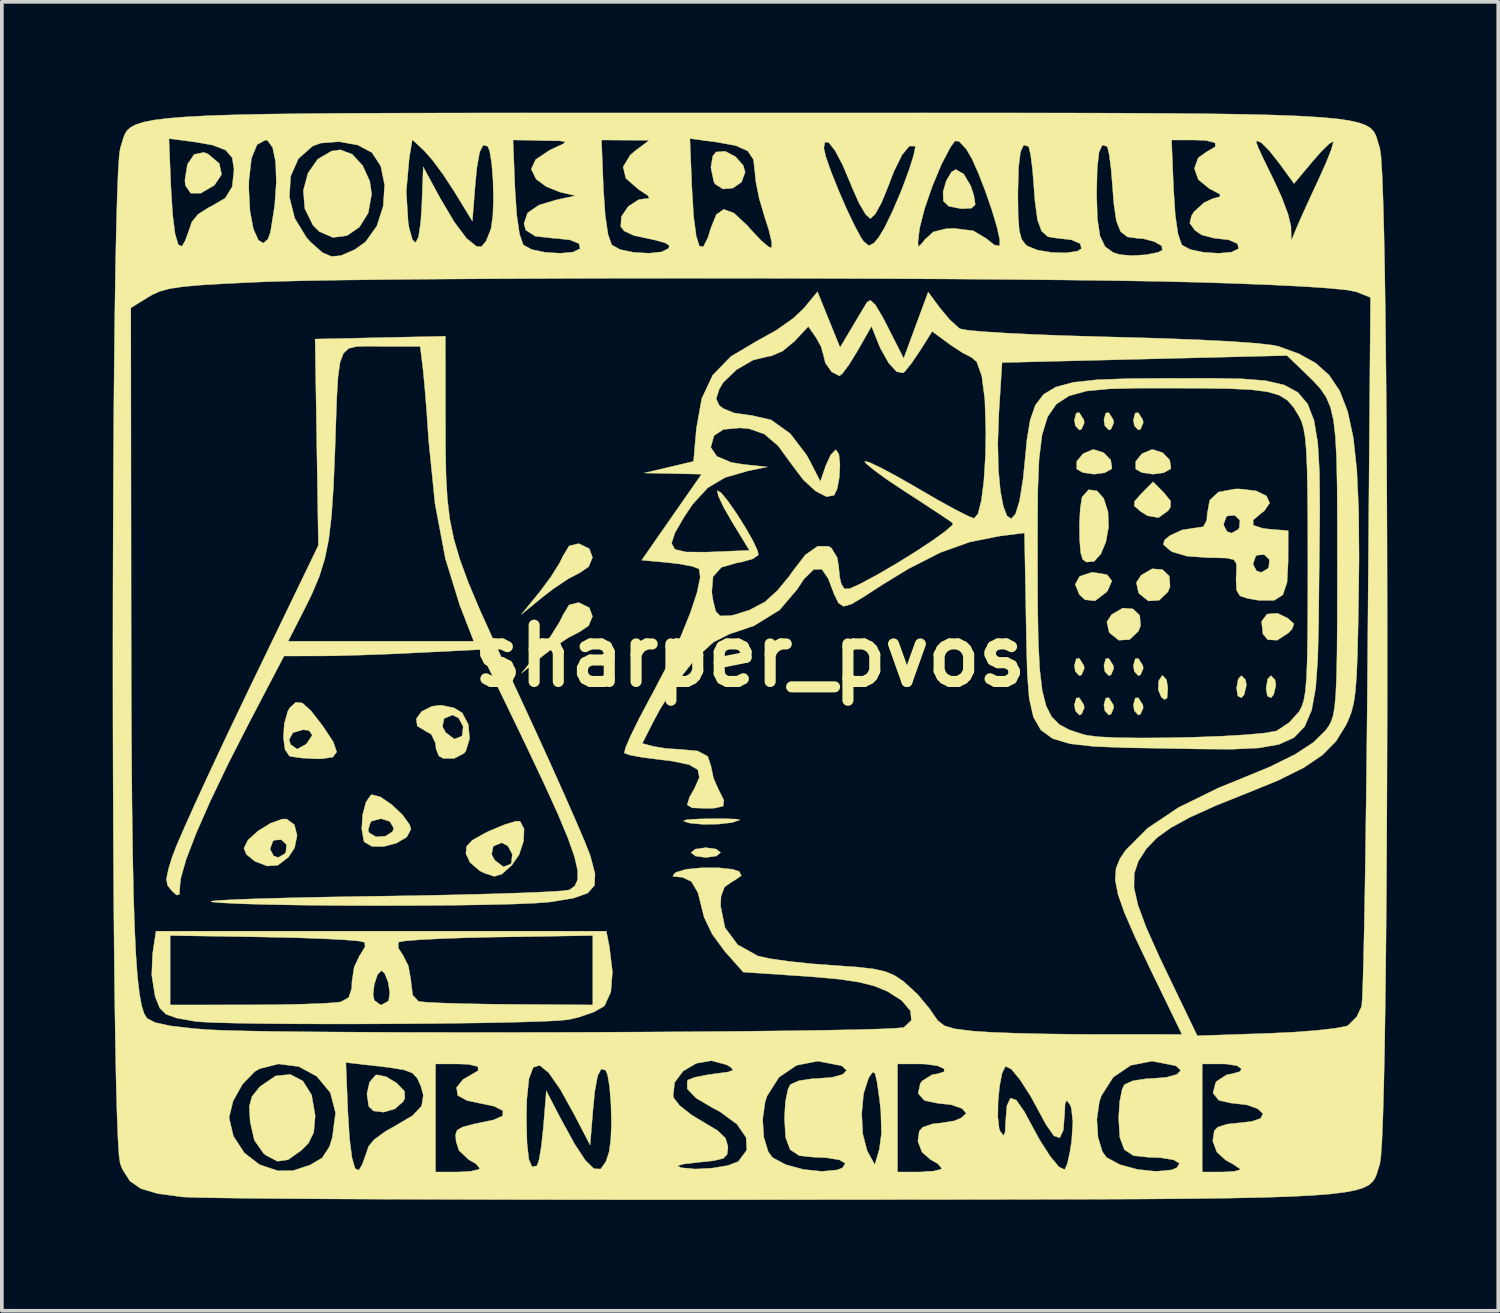
<source format=kicad_pcb>
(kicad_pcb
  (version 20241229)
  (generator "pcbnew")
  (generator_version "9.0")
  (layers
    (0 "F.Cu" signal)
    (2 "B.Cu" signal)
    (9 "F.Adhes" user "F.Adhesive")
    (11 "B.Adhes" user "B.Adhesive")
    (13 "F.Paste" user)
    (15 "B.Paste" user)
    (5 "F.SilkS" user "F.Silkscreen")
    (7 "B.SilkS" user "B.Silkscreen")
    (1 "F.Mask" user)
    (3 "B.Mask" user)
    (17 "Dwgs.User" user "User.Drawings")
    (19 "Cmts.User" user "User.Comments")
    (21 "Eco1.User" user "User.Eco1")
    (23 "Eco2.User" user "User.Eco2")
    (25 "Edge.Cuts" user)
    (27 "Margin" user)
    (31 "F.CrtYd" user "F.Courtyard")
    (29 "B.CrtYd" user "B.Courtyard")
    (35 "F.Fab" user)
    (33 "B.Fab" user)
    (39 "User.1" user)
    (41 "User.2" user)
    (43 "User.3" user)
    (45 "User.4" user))
  (footprint "sharper_pvos"
    (layer "F.Cu")
    (at 17.246 14.701)
    (property "Reference" "sharper_pvos" (at 0 0 0) (layer "F.SilkS") (effects (font (size 1.524 1.524) (thickness 0.3))))
    (attr through_hole)
    (fp_poly (pts (xy 9.032 -6.39) (xy 9.043 -6.309) (xy 8.969 -6.137) (xy 8.91 -6.117) (xy 8.803 -6.229) (xy 8.777 -6.391) (xy 8.828 -6.575) (xy 8.91 -6.583) (xy 9.032 -6.39)) (stroke (width 0.01) (type solid)) (fill yes) (layer "F.SilkS"))
    (fp_poly (pts (xy 9.032 0.259) (xy 9.043 0.34) (xy 8.969 0.512) (xy 8.91 0.532) (xy 8.803 0.42) (xy 8.777 0.258) (xy 8.828 0.074) (xy 8.91 0.066) (xy 9.032 0.259)) (stroke (width 0.01) (type solid)) (fill yes) (layer "F.SilkS"))
    (fp_poly (pts (xy 9.032 1.323) (xy 9.043 1.404) (xy 8.969 1.576) (xy 8.91 1.596) (xy 8.803 1.484) (xy 8.777 1.322) (xy 8.828 1.138) (xy 8.91 1.13) (xy 9.032 1.323)) (stroke (width 0.01) (type solid)) (fill yes) (layer "F.SilkS"))
    (fp_poly (pts (xy 9.83 -6.39) (xy 9.841 -6.309) (xy 9.766 -6.137) (xy 9.708 -6.117) (xy 9.601 -6.229) (xy 9.575 -6.391) (xy 9.626 -6.575) (xy 9.708 -6.583) (xy 9.83 -6.39)) (stroke (width 0.01) (type solid)) (fill yes) (layer "F.SilkS"))
    (fp_poly (pts (xy 9.83 0.259) (xy 9.841 0.34) (xy 9.766 0.512) (xy 9.708 0.532) (xy 9.601 0.42) (xy 9.575 0.258) (xy 9.626 0.074) (xy 9.708 0.066) (xy 9.83 0.259)) (stroke (width 0.01) (type solid)) (fill yes) (layer "F.SilkS"))
    (fp_poly (pts (xy 9.83 1.323) (xy 9.841 1.404) (xy 9.766 1.576) (xy 9.708 1.596) (xy 9.601 1.484) (xy 9.575 1.322) (xy 9.626 1.138) (xy 9.708 1.13) (xy 9.83 1.323)) (stroke (width 0.01) (type solid)) (fill yes) (layer "F.SilkS"))
    (fp_poly (pts (xy 10.628 -6.39) (xy 10.639 -6.309) (xy 10.564 -6.137) (xy 10.506 -6.117) (xy 10.399 -6.229) (xy 10.373 -6.391) (xy 10.424 -6.575) (xy 10.506 -6.583) (xy 10.628 -6.39)) (stroke (width 0.01) (type solid)) (fill yes) (layer "F.SilkS"))
    (fp_poly (pts (xy 10.628 0.259) (xy 10.639 0.34) (xy 10.564 0.512) (xy 10.506 0.532) (xy 10.399 0.42) (xy 10.373 0.258) (xy 10.424 0.074) (xy 10.506 0.066) (xy 10.628 0.259)) (stroke (width 0.01) (type solid)) (fill yes) (layer "F.SilkS"))
    (fp_poly (pts (xy 10.628 1.323) (xy 10.639 1.404) (xy 10.564 1.576) (xy 10.506 1.596) (xy 10.399 1.484) (xy 10.373 1.322) (xy 10.424 1.138) (xy 10.506 1.13) (xy 10.628 1.323)) (stroke (width 0.01) (type solid)) (fill yes) (layer "F.SilkS"))
    (fp_poly (pts (xy 13.408 0.643) (xy 13.431 0.79) (xy 13.37 1.045) (xy 13.298 1.13) (xy 13.2 1.083) (xy 13.165 0.872) (xy 13.21 0.619) (xy 13.298 0.532) (xy 13.408 0.643)) (stroke (width 0.01) (type solid)) (fill yes) (layer "F.SilkS"))
    (fp_poly (pts (xy 14.205 0.643) (xy 14.229 0.79) (xy 14.168 1.045) (xy 14.096 1.13) (xy 13.998 1.083) (xy 13.963 0.872) (xy 14.008 0.619) (xy 14.096 0.532) (xy 14.205 0.643)) (stroke (width 0.01) (type solid)) (fill yes) (layer "F.SilkS"))
    (fp_poly (pts (xy 11.271 0.646) (xy 11.304 0.864) (xy 11.286 1.135) (xy 11.213 1.18) (xy 11.126 1.108) (xy 11.046 0.913) (xy 11.055 0.678) (xy 11.145 0.537) (xy 11.171 0.532) (xy 11.271 0.646)) (stroke (width 0.01) (type solid)) (fill yes) (layer "F.SilkS"))
    (fp_poly (pts (xy 14.551 -1.022) (xy 14.714 -0.871) (xy 14.669 -0.731) (xy 14.567 -0.623) (xy 14.267 -0.428) (xy 14.009 -0.44) (xy 13.878 -0.598) (xy 13.841 -0.935) (xy 13.991 -1.134) (xy 14.269 -1.158) (xy 14.551 -1.022)) (stroke (width 0.01) (type solid)) (fill yes) (layer "F.SilkS"))
    (fp_poly (pts (xy 9.66 -2.201) (xy 9.791 -2.032) (xy 9.678 -1.772) (xy 9.634 -1.72) (xy 9.332 -1.492) (xy 9.062 -1.523) (xy 8.911 -1.661) (xy 8.799 -1.937) (xy 8.918 -2.155) (xy 9.231 -2.259) (xy 9.297 -2.261) (xy 9.66 -2.201)) (stroke (width 0.01) (type solid)) (fill yes) (layer "F.SilkS"))
    (fp_poly (pts (xy 10.36 -1.275) (xy 10.545 -1.101) (xy 10.567 -0.817) (xy 10.51 -0.673) (xy 10.272 -0.445) (xy 9.979 -0.427) (xy 9.733 -0.621) (xy 9.713 -0.656) (xy 9.655 -0.924) (xy 9.784 -1.121) (xy 10.083 -1.296) (xy 10.36 -1.275)) (stroke (width 0.01) (type solid)) (fill yes) (layer "F.SilkS"))
    (fp_poly (pts (xy 11.158 -2.339) (xy 11.343 -2.165) (xy 11.365 -1.881) (xy 11.308 -1.737) (xy 11.07 -1.508) (xy 10.777 -1.49) (xy 10.531 -1.685) (xy 10.511 -1.72) (xy 10.453 -1.987) (xy 10.582 -2.185) (xy 10.881 -2.36) (xy 11.158 -2.339)) (stroke (width 0.01) (type solid)) (fill yes) (layer "F.SilkS"))
    (fp_poly (pts (xy -14.667 -13.585) (xy -14.362 -13.326) (xy -14.3 -13.031) (xy -14.49 -12.744) (xy -14.502 -12.734) (xy -14.865 -12.522) (xy -15.136 -12.523) (xy -15.279 -12.732) (xy -15.293 -12.874) (xy -15.224 -13.306) (xy -15.042 -13.571) (xy -14.782 -13.628) (xy -14.667 -13.585)) (stroke (width 0.01) (type solid)) (fill yes) (layer "F.SilkS"))
    (fp_poly (pts (xy -0.917 5.225) (xy -0.798 5.318) (xy -0.798 5.319) (xy -0.913 5.413) (xy -1.192 5.452) (xy -1.197 5.452) (xy -1.477 5.414) (xy -1.596 5.321) (xy -1.596 5.319) (xy -1.48 5.226) (xy -1.202 5.186) (xy -1.197 5.186) (xy -0.917 5.225)) (stroke (width 0.01) (type solid)) (fill yes) (layer "F.SilkS"))
    (fp_poly (pts (xy -0.394 -13.512) (xy -0.185 -13.275) (xy -0.133 -13.091) (xy -0.231 -12.823) (xy -0.463 -12.662) (xy -0.733 -12.636) (xy -0.947 -12.773) (xy -0.983 -12.844) (xy -1.06 -13.222) (xy -1.008 -13.531) (xy -0.918 -13.639) (xy -0.671 -13.657) (xy -0.394 -13.512)) (stroke (width 0.01) (type solid)) (fill yes) (layer "F.SilkS"))
    (fp_poly (pts (xy 5.781 -13.043) (xy 5.972 -12.719) (xy 6.055 -12.467) (xy 6.094 -12.214) (xy 5.99 -12.117) (xy 5.729 -12.102) (xy 5.381 -12.167) (xy 5.231 -12.31) (xy 5.223 -12.561) (xy 5.311 -12.862) (xy 5.453 -13.099) (xy 5.566 -13.165) (xy 5.781 -13.043)) (stroke (width 0.01) (type solid)) (fill yes) (layer "F.SilkS"))
    (fp_poly (pts (xy 9.571 -5.5) (xy 9.76 -5.303) (xy 9.793 -5.089) (xy 9.778 -5.059) (xy 9.595 -4.958) (xy 9.309 -4.92) (xy 9.003 -4.964) (xy 8.84 -5.059) (xy 8.84 -5.268) (xy 9.01 -5.473) (xy 9.266 -5.583) (xy 9.309 -5.585) (xy 9.571 -5.5)) (stroke (width 0.01) (type solid)) (fill yes) (layer "F.SilkS"))
    (fp_poly (pts (xy 11.167 -5.5) (xy 11.356 -5.303) (xy 11.388 -5.089) (xy 11.374 -5.059) (xy 11.191 -4.958) (xy 10.905 -4.92) (xy 10.599 -4.964) (xy 10.436 -5.059) (xy 10.436 -5.268) (xy 10.605 -5.473) (xy 10.861 -5.583) (xy 10.905 -5.585) (xy 11.167 -5.5)) (stroke (width 0.01) (type solid)) (fill yes) (layer "F.SilkS"))
    (fp_poly (pts (xy 11.193 -4.425) (xy 11.38 -4.196) (xy 11.375 -4.023) (xy 11.31 -3.93) (xy 11.053 -3.744) (xy 10.756 -3.794) (xy 10.564 -3.915) (xy 10.398 -4.059) (xy 10.404 -4.186) (xy 10.591 -4.396) (xy 10.605 -4.41) (xy 10.905 -4.714) (xy 11.193 -4.425)) (stroke (width 0.01) (type solid)) (fill yes) (layer "F.SilkS"))
    (fp_poly (pts (xy -9.849 11.383) (xy -9.563 11.556) (xy -9.351 11.776) (xy -9.341 11.967) (xy -9.389 12.06) (xy -9.612 12.255) (xy -9.915 12.344) (xy -10.189 12.311) (xy -10.318 12.187) (xy -10.367 11.849) (xy -10.296 11.531) (xy -10.133 11.344) (xy -10.095 11.333) (xy -9.849 11.383)) (stroke (width 0.01) (type solid)) (fill yes) (layer "F.SilkS"))
    (fp_poly (pts (xy -0.386 4.413) (xy -0.276 4.434) (xy -0.277 4.436) (xy -0.488 4.507) (xy -0.855 4.549) (xy -1.271 4.556) (xy -1.625 4.522) (xy -1.662 4.514) (xy -1.805 4.464) (xy -1.718 4.43) (xy -1.388 4.41) (xy -1.141 4.404) (xy -0.696 4.403) (xy -0.386 4.413)) (stroke (width 0.01) (type solid)) (fill yes) (layer "F.SilkS"))
    (fp_poly (pts (xy -4.621 -3.035) (xy -4.349 -2.902) (xy -4.264 -2.666) (xy -4.368 -2.415) (xy -4.608 -2.253) (xy -4.92 -2.089) (xy -5.321 -1.82) (xy -5.581 -1.621) (xy -6.184 -1.13) (xy -5.693 -1.733) (xy -5.393 -2.135) (xy -5.153 -2.518) (xy -5.061 -2.706) (xy -4.896 -2.979) (xy -4.653 -3.038) (xy -4.621 -3.035)) (stroke (width 0.01) (type solid)) (fill yes) (layer "F.SilkS"))
    (fp_poly (pts (xy -4.621 -1.439) (xy -4.349 -1.306) (xy -4.264 -1.071) (xy -4.368 -0.819) (xy -4.608 -0.657) (xy -4.92 -0.494) (xy -5.321 -0.225) (xy -5.581 -0.026) (xy -6.184 0.465) (xy -5.693 -0.137) (xy -5.393 -0.539) (xy -5.153 -0.922) (xy -5.061 -1.111) (xy -4.896 -1.383) (xy -4.653 -1.443) (xy -4.621 -1.439)) (stroke (width 0.01) (type solid)) (fill yes) (layer "F.SilkS"))
    (fp_poly (pts (xy -10.766 -13.577) (xy -10.482 -13.269) (xy -10.29 -12.849) (xy -10.24 -12.501) (xy -10.331 -11.99) (xy -10.571 -11.606) (xy -10.907 -11.375) (xy -11.287 -11.325) (xy -11.658 -11.485) (xy -11.826 -11.654) (xy -12.049 -12.107) (xy -12.087 -12.6) (xy -11.962 -13.067) (xy -11.698 -13.444) (xy -11.32 -13.665) (xy -11.087 -13.697) (xy -10.766 -13.577)) (stroke (width 0.01) (type solid)) (fill yes) (layer "F.SilkS"))
    (fp_poly (pts (xy 9.389 -4.468) (xy 9.57 -4.264) (xy 9.687 -3.897) (xy 9.7 -3.486) (xy 9.629 -3.089) (xy 9.493 -2.762) (xy 9.311 -2.56) (xy 9.104 -2.541) (xy 8.999 -2.615) (xy 8.946 -2.796) (xy 8.918 -3.147) (xy 8.913 -3.574) (xy 8.934 -3.982) (xy 8.979 -4.276) (xy 8.991 -4.311) (xy 9.162 -4.5) (xy 9.389 -4.468)) (stroke (width 0.01) (type solid)) (fill yes) (layer "F.SilkS"))
    (fp_poly (pts (xy -12.101 11.501) (xy -11.864 11.877) (xy -11.769 12.427) (xy -11.769 12.46) (xy -11.805 12.887) (xy -11.946 13.179) (xy -12.142 13.376) (xy -12.499 13.63) (xy -12.789 13.672) (xy -13.097 13.512) (xy -13.164 13.459) (xy -13.413 13.103) (xy -13.527 12.605) (xy -13.55 12.193) (xy -13.478 11.921) (xy -13.276 11.669) (xy -13.254 11.646) (xy -12.838 11.363) (xy -12.44 11.322) (xy -12.101 11.501)) (stroke (width 0.01) (type solid)) (fill yes) (layer "F.SilkS"))
    (fp_poly (pts (xy -12.331 4.564) (xy -12.257 4.856) (xy -12.326 5.194) (xy -12.492 5.444) (xy -12.777 5.661) (xy -13.065 5.683) (xy -13.398 5.556) (xy -13.628 5.368) (xy -13.686 5.225) (xy -12.989 5.225) (xy -12.892 5.41) (xy -12.766 5.452) (xy -12.596 5.355) (xy -12.56 5.308) (xy -12.544 5.105) (xy -12.685 4.969) (xy -12.878 4.985) (xy -12.914 5.015) (xy -12.989 5.225) (xy -13.686 5.225) (xy -13.696 5.199) (xy -13.586 4.981) (xy -13.315 4.736) (xy -12.976 4.526) (xy -12.66 4.413) (xy -12.542 4.411) (xy -12.331 4.564)) (stroke (width 0.01) (type solid)) (fill yes) (layer "F.SilkS"))
    (fp_poly (pts (xy -12.115 1.272) (xy -11.882 1.482) (xy -11.561 1.895) (xy -11.278 2.324) (xy -11.185 2.594) (xy -11.289 2.736) (xy -11.597 2.782) (xy -11.736 2.782) (xy -12.128 2.761) (xy -12.417 2.72) (xy -12.467 2.705) (xy -12.583 2.532) (xy -12.62 2.263) (xy -12.474 2.263) (xy -12.434 2.394) (xy -12.257 2.52) (xy -12.022 2.393) (xy -11.995 2.367) (xy -11.845 2.141) (xy -11.936 2.015) (xy -12.094 1.995) (xy -12.369 2.074) (xy -12.474 2.263) (xy -12.62 2.263) (xy -12.628 2.205) (xy -12.602 1.825) (xy -12.507 1.493) (xy -12.454 1.401) (xy -12.293 1.253) (xy -12.115 1.272)) (stroke (width 0.01) (type solid)) (fill yes) (layer "F.SilkS"))
    (fp_poly (pts (xy -9.998 3.816) (xy -9.696 4.022) (xy -9.407 4.296) (xy -9.212 4.563) (xy -9.176 4.686) (xy -9.288 4.898) (xy -9.562 5.061) (xy -9.907 5.154) (xy -10.228 5.153) (xy -10.435 5.035) (xy -10.452 5.001) (xy -10.502 4.708) (xy -10.336 4.708) (xy -10.309 4.783) (xy -10.121 4.893) (xy -9.867 4.875) (xy -9.674 4.754) (xy -9.641 4.656) (xy -9.748 4.477) (xy -9.986 4.402) (xy -10.229 4.464) (xy -10.269 4.497) (xy -10.336 4.708) (xy -10.502 4.708) (xy -10.508 4.676) (xy -10.483 4.296) (xy -10.395 3.959) (xy -10.263 3.766) (xy -10.227 3.752) (xy -9.998 3.816)) (stroke (width 0.01) (type solid)) (fill yes) (layer "F.SilkS"))
    (fp_poly (pts (xy -6.115 4.677) (xy -6.129 5.011) (xy -6.25 5.376) (xy -6.444 5.658) (xy -6.712 5.899) (xy -6.921 5.964) (xy -7.19 5.874) (xy -7.314 5.813) (xy -7.577 5.587) (xy -7.679 5.369) (xy -6.993 5.369) (xy -6.91 5.525) (xy -6.673 5.706) (xy -6.483 5.634) (xy -6.457 5.597) (xy -6.434 5.363) (xy -6.554 5.137) (xy -6.722 5.053) (xy -6.95 5.148) (xy -6.993 5.369) (xy -7.679 5.369) (xy -7.689 5.348) (xy -7.671 5.154) (xy -7.519 4.987) (xy -7.181 4.796) (xy -7.033 4.726) (xy -6.639 4.562) (xy -6.34 4.472) (xy -6.226 4.47) (xy -6.115 4.677)) (stroke (width 0.01) (type solid)) (fill yes) (layer "F.SilkS"))
    (fp_poly (pts (xy -8.009 1.404) (xy -7.789 1.539) (xy -7.624 1.85) (xy -7.59 2.24) (xy -7.691 2.573) (xy -7.74 2.633) (xy -8.008 2.772) (xy -8.303 2.771) (xy -8.422 2.704) (xy -8.497 2.51) (xy -8.511 2.359) (xy -8.625 2.118) (xy -8.777 2.033) (xy -8.979 1.911) (xy -8.323 1.911) (xy -8.24 2.067) (xy -8.003 2.248) (xy -7.812 2.176) (xy -7.787 2.14) (xy -7.763 1.906) (xy -7.884 1.679) (xy -8.052 1.596) (xy -8.28 1.691) (xy -8.323 1.911) (xy -8.979 1.911) (xy -9.005 1.895) (xy -9.03 1.698) (xy -8.885 1.5) (xy -8.605 1.361) (xy -8.361 1.33) (xy -8.009 1.404)) (stroke (width 0.01) (type solid)) (fill yes) (layer "F.SilkS"))
    (fp_poly (pts (xy 13.692 -4.469) (xy 13.975 -4.331) (xy 14.06 -4.14) (xy 13.916 -3.927) (xy 13.862 -3.889) (xy 13.613 -3.679) (xy 13.616 -3.538) (xy 13.874 -3.454) (xy 14.063 -3.432) (xy 14.562 -3.391) (xy 14.56 -2.554) (xy 14.531 -1.992) (xy 14.418 -1.655) (xy 14.181 -1.505) (xy 13.778 -1.505) (xy 13.465 -1.557) (xy 13.26 -1.625) (xy 13.165 -1.774) (xy 13.15 -2.078) (xy 13.161 -2.294) (xy 13.162 -2.488) (xy 13.608 -2.488) (xy 13.705 -2.303) (xy 13.83 -2.261) (xy 14.001 -2.358) (xy 14.037 -2.405) (xy 14.053 -2.608) (xy 13.912 -2.744) (xy 13.719 -2.728) (xy 13.682 -2.698) (xy 13.608 -2.488) (xy 13.162 -2.488) (xy 13.162 -2.498) (xy 13.09 -2.607) (xy 12.882 -2.651) (xy 12.478 -2.66) (xy 12.403 -2.66) (xy 11.826 -2.701) (xy 11.431 -2.816) (xy 11.362 -2.859) (xy 11.183 -3.019) (xy 11.216 -3.138) (xy 11.362 -3.258) (xy 11.693 -3.411) (xy 11.994 -3.458) (xy 12.265 -3.497) (xy 12.295 -3.552) (xy 12.81 -3.552) (xy 12.907 -3.367) (xy 13.032 -3.325) (xy 13.203 -3.421) (xy 13.239 -3.469) (xy 13.255 -3.672) (xy 13.114 -3.808) (xy 12.921 -3.792) (xy 12.884 -3.762) (xy 12.81 -3.552) (xy 12.295 -3.552) (xy 12.36 -3.673) (xy 12.368 -3.83) (xy 12.438 -4.216) (xy 12.675 -4.436) (xy 13.112 -4.519) (xy 13.242 -4.521) (xy 13.692 -4.469)) (stroke (width 0.01) (type solid)) (fill yes) (layer "F.SilkS"))
    (fp_poly (pts (xy -3.807 7.863) (xy -3.724 8.545) (xy -3.767 9.09) (xy -3.931 9.451) (xy -3.966 9.487) (xy -4.233 9.636) (xy -4.648 9.778) (xy -4.915 9.84) (xy -5.188 9.866) (xy -5.688 9.89) (xy -6.375 9.91) (xy -7.211 9.927) (xy -8.155 9.94) (xy -9.169 9.949) (xy -10.214 9.955) (xy -11.25 9.957) (xy -12.237 9.954) (xy -13.137 9.947) (xy -13.911 9.935) (xy -14.518 9.919) (xy -14.92 9.897) (xy -15.027 9.885) (xy -15.513 9.797) (xy -15.804 9.694) (xy -15.97 9.531) (xy -16.007 9.442) (xy -15.692 9.442) (xy -13.531 9.44) (xy -12.778 9.435) (xy -12.101 9.421) (xy -11.552 9.4) (xy -11.184 9.375) (xy -11.071 9.358) (xy -10.861 9.243) (xy -10.833 9.158) (xy -10.201 9.158) (xy -10.17 9.315) (xy -10.005 9.438) (xy -9.974 9.442) (xy -9.801 9.346) (xy -9.778 9.315) (xy -9.748 9.109) (xy -9.793 8.826) (xy -9.886 8.587) (xy -9.974 8.511) (xy -10.082 8.624) (xy -10.167 8.88) (xy -10.201 9.158) (xy -10.833 9.158) (xy -10.779 8.997) (xy -10.772 8.805) (xy -10.711 8.413) (xy -10.563 8.102) (xy -10.551 8.088) (xy -10.418 7.87) (xy -10.429 7.746) (xy -9.519 7.746) (xy -9.517 7.905) (xy -9.397 8.088) (xy -9.246 8.386) (xy -9.176 8.779) (xy -9.176 8.811) (xy -9.129 9.176) (xy -8.975 9.34) (xy -8.943 9.35) (xy -8.737 9.371) (xy -8.314 9.391) (xy -7.725 9.408) (xy -7.02 9.421) (xy -6.483 9.426) (xy -4.255 9.442) (xy -4.255 7.564) (xy -6.838 7.605) (xy -7.642 7.623) (xy -8.354 7.648) (xy -8.932 7.677) (xy -9.333 7.71) (xy -9.515 7.742) (xy -9.519 7.746) (xy -10.429 7.746) (xy -10.586 7.713) (xy -10.968 7.68) (xy -11.53 7.651) (xy -12.231 7.625) (xy -13.028 7.607) (xy -13.11 7.605) (xy -15.692 7.564) (xy -15.692 9.442) (xy -16.007 9.442) (xy -16.08 9.263) (xy -16.103 9.188) (xy -16.19 8.632) (xy -16.167 8.059) (xy -16.075 7.447) (xy -3.89 7.447) (xy -3.807 7.863)) (stroke (width 0.01) (type solid)) (fill yes) (layer "F.SilkS"))
    (fp_poly (pts (xy -8.242 -6.487) (xy -8.24 -5.613) (xy -8.227 -4.886) (xy -8.192 -4.264) (xy -8.126 -3.705) (xy -8.016 -3.168) (xy -7.852 -2.61) (xy -7.624 -1.989) (xy -7.319 -1.265) (xy -6.927 -0.396) (xy -6.437 0.662) (xy -6.276 1.008) (xy -5.832 1.968) (xy -5.415 2.882) (xy -5.041 3.716) (xy -4.726 4.431) (xy -4.487 4.99) (xy -4.34 5.358) (xy -4.316 5.429) (xy -4.195 5.891) (xy -4.21 6.208) (xy -4.394 6.417) (xy -4.779 6.553) (xy -5.397 6.655) (xy -5.401 6.656) (xy -5.789 6.686) (xy -6.397 6.712) (xy -7.181 6.731) (xy -8.094 6.745) (xy -9.092 6.752) (xy -10.129 6.754) (xy -11.159 6.751) (xy -12.137 6.741) (xy -13.019 6.726) (xy -13.758 6.705) (xy -14.309 6.678) (xy -14.562 6.655) (xy -14.584 6.635) (xy -14.364 6.613) (xy -13.926 6.59) (xy -13.294 6.567) (xy -12.493 6.545) (xy -11.545 6.524) (xy -10.476 6.506) (xy -10.173 6.502) (xy -9.032 6.484) (xy -7.969 6.462) (xy -7.014 6.437) (xy -6.199 6.411) (xy -5.554 6.384) (xy -5.109 6.357) (xy -4.896 6.331) (xy -4.887 6.328) (xy -4.742 6.223) (xy -4.666 6.056) (xy -4.665 5.801) (xy -4.749 5.437) (xy -4.923 4.939) (xy -5.196 4.284) (xy -5.576 3.448) (xy -6.069 2.407) (xy -6.261 2.008) (xy -7.315 -0.174) (xy -9.01 -0.088) (xy -9.766 -0.053) (xy -10.53 -0.025) (xy -11.207 -0.006) (xy -11.658 -0.001) (xy -12.611 0) (xy -13.567 1.829) (xy -14.138 2.949) (xy -14.617 3.951) (xy -14.994 4.81) (xy -15.259 5.504) (xy -15.403 6.007) (xy -15.426 6.205) (xy -15.441 6.453) (xy -15.519 6.469) (xy -15.644 6.355) (xy -15.762 6.209) (xy -15.793 6.037) (xy -15.736 5.759) (xy -15.634 5.429) (xy -15.52 5.135) (xy -15.305 4.637) (xy -15.006 3.972) (xy -14.638 3.174) (xy -14.219 2.278) (xy -13.763 1.322) (xy -13.543 0.864) (xy -12.933 -0.399) (xy -12.5 -0.399) (xy -7.476 -0.399) (xy -7.857 -1.381) (xy -8.243 -2.632) (xy -8.524 -4.118) (xy -8.697 -5.832) (xy -8.703 -5.918) (xy -8.746 -6.559) (xy -8.794 -7.167) (xy -8.838 -7.649) (xy -8.856 -7.813) (xy -8.926 -8.378) (xy -9.979 -8.378) (xy -10.364 -8.383) (xy -10.653 -8.375) (xy -10.861 -8.323) (xy -11.003 -8.191) (xy -11.094 -7.948) (xy -11.149 -7.561) (xy -11.183 -6.996) (xy -11.21 -6.22) (xy -11.231 -5.585) (xy -11.273 -4.579) (xy -11.326 -3.786) (xy -11.401 -3.153) (xy -11.508 -2.626) (xy -11.656 -2.153) (xy -11.855 -1.679) (xy -12.043 -1.297) (xy -12.5 -0.399) (xy -12.933 -0.399) (xy -11.681 -2.992) (xy -11.725 -5.785) (xy -11.769 -8.577) (xy -10.007 -8.615) (xy -8.245 -8.652) (xy -8.242 -6.487)) (stroke (width 0.01) (type solid)) (fill yes) (layer "F.SilkS"))
    (fp_poly (pts (xy 6.621 -14.695) (xy 8.361 -14.694) (xy 9.891 -14.69) (xy 11.224 -14.683) (xy 12.374 -14.673) (xy 13.355 -14.658) (xy 14.181 -14.638) (xy 14.867 -14.611) (xy 15.424 -14.578) (xy 15.869 -14.538) (xy 16.214 -14.488) (xy 16.473 -14.43) (xy 16.661 -14.362) (xy 16.791 -14.283) (xy 16.876 -14.193) (xy 16.932 -14.09) (xy 16.971 -13.974) (xy 17.008 -13.845) (xy 17.041 -13.743) (xy 17.073 -13.519) (xy 17.102 -13.051) (xy 17.129 -12.361) (xy 17.153 -11.473) (xy 17.174 -10.408) (xy 17.192 -9.188) (xy 17.207 -7.836) (xy 17.22 -6.374) (xy 17.229 -4.825) (xy 17.236 -3.21) (xy 17.24 -1.553) (xy 17.241 0.125) (xy 17.24 1.801) (xy 17.235 3.454) (xy 17.228 5.06) (xy 17.218 6.598) (xy 17.205 8.045) (xy 17.189 9.378) (xy 17.171 10.576) (xy 17.149 11.617) (xy 17.125 12.477) (xy 17.098 13.135) (xy 17.068 13.568) (xy 17.041 13.743) (xy 16.996 13.886) (xy 16.958 14.014) (xy 16.912 14.127) (xy 16.845 14.227) (xy 16.743 14.315) (xy 16.59 14.391) (xy 16.374 14.457) (xy 16.079 14.512) (xy 15.692 14.559) (xy 15.198 14.597) (xy 14.583 14.628) (xy 13.832 14.652) (xy 12.933 14.67) (xy 11.87 14.684) (xy 10.629 14.694) (xy 9.197 14.7) (xy 7.558 14.704) (xy 5.699 14.707) (xy 3.605 14.709) (xy 1.263 14.711) (xy 0.731 14.712) (xy -1.274 14.713) (xy -3.218 14.713) (xy -5.083 14.711) (xy -6.85 14.708) (xy -8.501 14.703) (xy -10.019 14.698) (xy -11.385 14.691) (xy -12.581 14.683) (xy -13.59 14.674) (xy -14.392 14.663) (xy -14.97 14.653) (xy -15.306 14.641) (xy -15.36 14.637) (xy -16.026 14.547) (xy -16.481 14.414) (xy -16.781 14.207) (xy -16.979 13.897) (xy -17.045 13.732) (xy -17.076 13.509) (xy -17.105 13.042) (xy -17.126 12.501) (xy -14.096 12.501) (xy -13.982 12.988) (xy -13.686 13.444) (xy -13.283 13.757) (xy -13.257 13.769) (xy -12.781 13.928) (xy -12.368 13.926) (xy -11.906 13.774) (xy -11.578 13.58) (xy -11.384 13.283) (xy -11.303 13.031) (xy -11.216 12.363) (xy -11.357 11.816) (xy -11.723 11.374) (xy -12.21 11.11) (xy -12.76 11.039) (xy -13.272 11.168) (xy -13.403 11.245) (xy -13.734 11.587) (xy -13.989 12.042) (xy -14.096 12.483) (xy -14.096 12.501) (xy -17.126 12.501) (xy -17.131 12.354) (xy -17.155 11.467) (xy -17.164 11) (xy -10.937 11) (xy -10.884 12.315) (xy -10.838 13.059) (xy -10.771 13.581) (xy -10.686 13.87) (xy -10.586 13.915) (xy -10.493 13.756) (xy -10.373 13.422) (xy -10.324 13.271) (xy -10.171 13.086) (xy -9.856 12.857) (xy -9.598 12.712) (xy -9.129 12.435) (xy -8.887 12.176) (xy -8.841 11.885) (xy -8.905 11.648) (xy -9.004 11.426) (xy -9.135 11.286) (xy -9.363 11.199) (xy -9.751 11.136) (xy -10.094 11.095) (xy -10.601 11.038) (xy -8.511 11.038) (xy -8.511 13.963) (xy -7.913 13.963) (xy -7.556 13.943) (xy -7.342 13.892) (xy -7.314 13.862) (xy -7.421 13.737) (xy -7.613 13.629) (xy -7.877 13.38) (xy -7.954 13.137) (xy -7.969 12.953) (xy -7.928 12.833) (xy -7.781 12.747) (xy -7.476 12.665) (xy -6.963 12.559) (xy -6.948 12.556) (xy -6.81 12.496) (xy -6.051 12.496) (xy -6.035 13.183) (xy -5.986 13.62) (xy -5.9 13.82) (xy -5.775 13.798) (xy -5.76 13.783) (xy -5.705 13.614) (xy -5.646 13.254) (xy -5.595 12.778) (xy -5.591 12.73) (xy -5.513 11.769) (xy -5.133 12.501) (xy -4.754 13.194) (xy -4.455 13.649) (xy -4.223 13.875) (xy -4.042 13.882) (xy -3.899 13.679) (xy -3.815 13.422) (xy -3.768 13.089) (xy -3.752 12.631) (xy -3.764 12.13) (xy -3.782 11.894) (xy -2.081 11.894) (xy -2.065 11.958) (xy -1.906 12.164) (xy -1.585 12.417) (xy -1.289 12.596) (xy -0.879 12.841) (xy -0.666 13.046) (xy -0.599 13.266) (xy -0.598 13.298) (xy -0.619 13.485) (xy -0.723 13.594) (xy -0.971 13.656) (xy -1.396 13.701) (xy -1.81 13.749) (xy -1.964 13.797) (xy -1.864 13.847) (xy -1.862 13.847) (xy -1.482 13.882) (xy -1.025 13.858) (xy -0.6 13.787) (xy -0.323 13.682) (xy -0.314 13.675) (xy -0.089 13.37) (xy -0.108 13.025) (xy -0.355 12.668) (xy -0.531 12.539) (xy 0.341 12.539) (xy 0.373 13.023) (xy 0.492 13.415) (xy 0.607 13.571) (xy 0.966 13.764) (xy 1.447 13.894) (xy 1.947 13.946) (xy 2.362 13.906) (xy 2.505 13.847) (xy 2.577 13.728) (xy 2.418 13.634) (xy 2.063 13.576) (xy 1.745 13.564) (xy 1.333 13.521) (xy 1.085 13.358) (xy 0.963 13.028) (xy 0.931 12.501) (xy 0.938 12.384) (xy 3.021 12.384) (xy 3.051 12.936) (xy 3.164 13.376) (xy 3.191 13.431) (xy 3.376 13.764) (xy 3.5 13.341) (xy 3.555 12.918) (xy 3.539 12.331) (xy 3.505 12.011) (xy 3.439 11.543) (xy 3.385 11.303) (xy 3.326 11.255) (xy 3.242 11.363) (xy 3.203 11.43) (xy 3.072 11.842) (xy 3.021 12.384) (xy 0.938 12.384) (xy 0.958 12.06) (xy 1.027 11.72) (xy 1.09 11.596) (xy 1.318 11.494) (xy 1.685 11.438) (xy 1.789 11.435) (xy 2.22 11.402) (xy 2.508 11.322) (xy 2.613 11.214) (xy 2.497 11.1) (xy 2.456 11.083) (xy 2.224 11.038) (xy 3.99 11.038) (xy 3.99 13.963) (xy 4.588 13.963) (xy 4.945 13.943) (xy 5.159 13.892) (xy 5.186 13.862) (xy 5.079 13.737) (xy 4.887 13.629) (xy 4.652 13.423) (xy 4.541 13.129) (xy 4.58 12.855) (xy 4.676 12.75) (xy 4.944 12.66) (xy 5.186 12.634) (xy 5.527 12.579) (xy 5.718 12.498) (xy 5.739 12.479) (xy 6.705 12.479) (xy 6.741 12.789) (xy 6.769 12.862) (xy 6.861 12.978) (xy 6.902 12.883) (xy 6.913 12.634) (xy 6.95 12.169) (xy 7.047 11.964) (xy 7.204 12.017) (xy 7.423 12.33) (xy 7.517 12.507) (xy 7.835 13.091) (xy 8.123 13.541) (xy 8.356 13.822) (xy 8.508 13.897) (xy 8.517 13.893) (xy 8.585 13.739) (xy 8.659 13.403) (xy 8.704 13.105) (xy 8.735 12.598) (xy 8.728 12.539) (xy 9.384 12.539) (xy 9.416 13.023) (xy 9.534 13.415) (xy 9.65 13.571) (xy 10.009 13.764) (xy 10.49 13.894) (xy 10.99 13.946) (xy 11.405 13.906) (xy 11.548 13.847) (xy 11.62 13.728) (xy 11.461 13.634) (xy 11.106 13.576) (xy 10.787 13.564) (xy 10.376 13.521) (xy 10.128 13.358) (xy 10.006 13.028) (xy 9.974 12.501) (xy 10.001 12.06) (xy 10.07 11.72) (xy 10.133 11.596) (xy 10.361 11.494) (xy 10.728 11.438) (xy 10.832 11.435) (xy 11.263 11.402) (xy 11.551 11.322) (xy 11.656 11.214) (xy 11.539 11.1) (xy 11.499 11.083) (xy 11.266 11.038) (xy 12.235 11.038) (xy 12.235 13.963) (xy 12.789 13.963) (xy 13.107 13.945) (xy 13.259 13.901) (xy 13.256 13.877) (xy 13.08 13.756) (xy 12.869 13.641) (xy 12.63 13.421) (xy 12.52 13.122) (xy 12.562 12.849) (xy 12.655 12.75) (xy 12.912 12.667) (xy 13.232 12.634) (xy 13.583 12.593) (xy 13.815 12.513) (xy 13.88 12.383) (xy 13.738 12.251) (xy 13.447 12.147) (xy 13.065 12.102) (xy 13.037 12.102) (xy 12.687 12.024) (xy 12.527 11.826) (xy 12.594 11.557) (xy 12.635 11.501) (xy 12.898 11.332) (xy 13.049 11.304) (xy 13.256 11.245) (xy 13.298 11.171) (xy 13.18 11.087) (xy 12.886 11.041) (xy 12.766 11.038) (xy 12.235 11.038) (xy 11.266 11.038) (xy 10.877 10.963) (xy 10.302 11.076) (xy 9.827 11.398) (xy 9.504 11.904) (xy 9.451 12.064) (xy 9.384 12.539) (xy 8.728 12.539) (xy 8.693 12.229) (xy 8.657 12.139) (xy 8.566 12.024) (xy 8.524 12.118) (xy 8.513 12.368) (xy 8.476 12.832) (xy 8.379 13.037) (xy 8.222 12.984) (xy 8.004 12.671) (xy 7.909 12.494) (xy 7.592 11.91) (xy 7.303 11.46) (xy 7.07 11.179) (xy 6.918 11.104) (xy 6.91 11.108) (xy 6.821 11.285) (xy 6.752 11.634) (xy 6.711 12.063) (xy 6.705 12.479) (xy 5.739 12.479) (xy 5.851 12.373) (xy 5.745 12.254) (xy 5.718 12.237) (xy 5.449 12.143) (xy 5.082 12.104) (xy 4.718 12.028) (xy 4.549 11.835) (xy 4.606 11.57) (xy 4.656 11.501) (xy 4.923 11.332) (xy 5.078 11.304) (xy 5.251 11.25) (xy 5.253 11.171) (xy 5.081 11.09) (xy 4.743 11.043) (xy 4.58 11.038) (xy 3.99 11.038) (xy 2.224 11.038) (xy 1.834 10.963) (xy 1.259 11.076) (xy 0.784 11.398) (xy 0.461 11.904) (xy 0.408 12.064) (xy 0.341 12.539) (xy -0.531 12.539) (xy -0.817 12.329) (xy -1.007 12.23) (xy -1.461 11.962) (xy -1.699 11.713) (xy -1.701 11.503) (xy -1.673 11.47) (xy -1.498 11.402) (xy -1.156 11.333) (xy -0.959 11.306) (xy -0.593 11.256) (xy -0.457 11.206) (xy -0.518 11.13) (xy -0.639 11.059) (xy -1.043 10.951) (xy -1.455 11.022) (xy -1.809 11.23) (xy -2.039 11.535) (xy -2.081 11.894) (xy -3.782 11.894) (xy -3.799 11.669) (xy -3.856 11.33) (xy -3.908 11.208) (xy -4.029 11.175) (xy -4.125 11.36) (xy -4.201 11.78) (xy -4.25 12.271) (xy -4.328 13.232) (xy -4.743 12.434) (xy -5.134 11.728) (xy -5.449 11.276) (xy -5.692 11.077) (xy -5.868 11.131) (xy -5.983 11.44) (xy -6.041 12.003) (xy -6.051 12.496) (xy -6.81 12.496) (xy -6.694 12.446) (xy -6.687 12.305) (xy -6.925 12.184) (xy -6.982 12.171) (xy -7.39 12.086) (xy -7.655 12.03) (xy -7.908 11.893) (xy -7.943 11.679) (xy -7.765 11.457) (xy -7.613 11.372) (xy -7.358 11.221) (xy -7.362 11.111) (xy -7.618 11.049) (xy -7.913 11.038) (xy -8.511 11.038) (xy -10.601 11.038) (xy -10.937 11) (xy -17.164 11) (xy -17.175 10.403) (xy -17.193 9.184) (xy -17.208 7.834) (xy -17.22 6.373) (xy -17.229 4.825) (xy -17.236 3.212) (xy -17.24 1.555) (xy -17.241 -0.122) (xy -17.239 -1.798) (xy -17.234 -3.45) (xy -17.227 -5.056) (xy -17.217 -6.593) (xy -17.204 -8.04) (xy -17.188 -9.373) (xy -17.187 -9.42) (xy -16.756 -9.42) (xy -16.748 -1.419) (xy -16.745 0.61) (xy -16.737 2.388) (xy -16.725 3.931) (xy -16.708 5.255) (xy -16.685 6.375) (xy -16.656 7.306) (xy -16.62 8.064) (xy -16.577 8.665) (xy -16.525 9.124) (xy -16.465 9.457) (xy -16.396 9.678) (xy -16.318 9.804) (xy -16.103 9.917) (xy -15.69 10.008) (xy -15.053 10.081) (xy -14.672 10.111) (xy -14.258 10.13) (xy -13.631 10.146) (xy -12.816 10.16) (xy -11.841 10.17) (xy -10.731 10.178) (xy -9.514 10.184) (xy -8.214 10.186) (xy -6.86 10.187) (xy -5.476 10.185) (xy -4.09 10.181) (xy -2.728 10.174) (xy -1.416 10.165) (xy -0.18 10.155) (xy 0.953 10.142) (xy 1.956 10.128) (xy 2.804 10.112) (xy 3.47 10.094) (xy 3.927 10.074) (xy 4.15 10.053) (xy 4.163 10.049) (xy 4.366 9.857) (xy 4.34 9.602) (xy 4.105 9.322) (xy 3.719 9.076) (xy 3.371 8.932) (xy 2.954 8.826) (xy 2.407 8.745) (xy 1.669 8.679) (xy 1.466 8.665) (xy -0.184 8.554) (xy -0.687 7.987) (xy -1.023 7.529) (xy -1.241 7.075) (xy -1.277 6.935) (xy -1.41 6.404) (xy -1.589 6.1) (xy -1.837 5.986) (xy -1.9 5.982) (xy -2.091 5.961) (xy -2.04 5.882) (xy -1.995 5.851) (xy -1.73 5.772) (xy -1.314 5.731) (xy -0.858 5.73) (xy -0.472 5.772) (xy -0.295 5.83) (xy -0.236 5.941) (xy -0.418 6.071) (xy -0.462 6.091) (xy -0.691 6.249) (xy -0.785 6.502) (xy -0.798 6.761) (xy -0.678 7.351) (xy -0.334 7.813) (xy 0.211 8.116) (xy 0.216 8.118) (xy 0.546 8.191) (xy 1.063 8.264) (xy 1.69 8.33) (xy 2.196 8.367) (xy 2.868 8.414) (xy 3.337 8.466) (xy 3.664 8.539) (xy 3.912 8.645) (xy 4.143 8.799) (xy 4.163 8.815) (xy 4.536 9.157) (xy 4.86 9.548) (xy 4.907 9.619) (xy 5.076 9.861) (xy 5.26 10.006) (xy 5.54 10.088) (xy 5.994 10.145) (xy 6.083 10.153) (xy 6.522 10.182) (xy 7.16 10.206) (xy 7.931 10.225) (xy 8.767 10.236) (xy 9.335 10.239) (xy 11.688 10.24) (xy 10.826 8.463) (xy 10.42 7.609) (xy 10.132 6.95) (xy 9.956 6.447) (xy 9.882 6.06) (xy 9.903 5.751) (xy 10.011 5.481) (xy 10.165 5.253) (xy 10.752 4.664) (xy 11.593 4.1) (xy 12.678 3.568) (xy 13.158 3.373) (xy 14.067 2.999) (xy 14.749 2.662) (xy 15.24 2.341) (xy 15.572 2.016) (xy 15.656 1.901) (xy 15.723 1.777) (xy 15.777 1.613) (xy 15.818 1.38) (xy 15.848 1.047) (xy 15.869 0.584) (xy 15.882 -0.039) (xy 15.889 -0.854) (xy 15.891 -1.891) (xy 15.892 -2.454) (xy 15.891 -3.645) (xy 15.886 -4.602) (xy 15.87 -5.357) (xy 15.838 -5.942) (xy 15.786 -6.389) (xy 15.706 -6.729) (xy 15.594 -6.996) (xy 15.444 -7.22) (xy 15.25 -7.435) (xy 15.008 -7.671) (xy 14.99 -7.689) (xy 14.53 -8.13) (xy 10.675 -8.035) (xy 6.819 -7.94) (xy 6.734 -6.596) (xy 6.704 -5.765) (xy 6.72 -5.051) (xy 6.773 -4.472) (xy 6.855 -4.044) (xy 6.956 -3.786) (xy 7.068 -3.714) (xy 7.184 -3.846) (xy 7.293 -4.199) (xy 7.388 -4.79) (xy 7.429 -5.198) (xy 7.493 -5.863) (xy 7.58 -6.386) (xy 7.72 -6.786) (xy 7.941 -7.078) (xy 8.275 -7.279) (xy 8.751 -7.406) (xy 9.399 -7.476) (xy 10.248 -7.507) (xy 11.329 -7.514) (xy 11.526 -7.514) (xy 12.507 -7.515) (xy 13.31 -7.501) (xy 13.952 -7.45) (xy 14.45 -7.335) (xy 14.823 -7.134) (xy 15.087 -6.822) (xy 15.261 -6.374) (xy 15.362 -5.767) (xy 15.408 -4.976) (xy 15.417 -3.978) (xy 15.405 -2.747) (xy 15.398 -2.188) (xy 15.386 -0.938) (xy 15.362 0.071) (xy 15.306 0.866) (xy 15.195 1.47) (xy 15.007 1.909) (xy 14.718 2.209) (xy 14.308 2.394) (xy 13.753 2.49) (xy 13.031 2.523) (xy 12.121 2.516) (xy 11.252 2.5) (xy 10.161 2.481) (xy 9.307 2.448) (xy 8.66 2.375) (xy 8.191 2.236) (xy 7.869 2.003) (xy 7.667 1.651) (xy 7.554 1.152) (xy 7.501 0.482) (xy 7.479 -0.387) (xy 7.47 -0.901) (xy 7.426 -3.331) (xy 6.738 -3.243) (xy 5.944 -3.084) (xy 5.146 -2.798) (xy 4.281 -2.357) (xy 3.591 -1.936) (xy 3.075 -1.601) (xy 2.739 -1.402) (xy 2.529 -1.345) (xy 2.391 -1.434) (xy 2.274 -1.676) (xy 2.123 -2.076) (xy 2.116 -2.095) (xy 1.943 -2.348) (xy 1.72 -2.341) (xy 1.451 -2.074) (xy 1.278 -1.808) (xy 0.797 -1.244) (xy 0.107 -0.818) (xy -0.56 -0.593) (xy -0.989 -0.376) (xy -1.466 0.06) (xy -1.961 0.681) (xy -2.444 1.452) (xy -2.637 1.814) (xy -2.916 2.365) (xy -2.622 2.444) (xy -2.27 2.503) (xy -1.906 2.525) (xy -1.416 2.571) (xy -1.145 2.715) (xy -1.059 2.973) (xy -0.99 3.304) (xy -0.864 3.591) (xy -0.707 3.906) (xy -0.729 4.064) (xy -0.964 4.118) (xy -1.197 4.123) (xy -1.564 4.109) (xy -1.7 4.028) (xy -1.639 3.822) (xy -1.501 3.579) (xy -1.372 3.285) (xy -1.412 3.079) (xy -1.648 2.94) (xy -2.108 2.844) (xy -2.445 2.803) (xy -2.903 2.745) (xy -3.248 2.681) (xy -3.401 2.628) (xy -3.372 2.487) (xy -3.231 2.16) (xy -3.001 1.692) (xy -2.703 1.129) (xy -2.617 0.972) (xy -2.222 0.218) (xy -1.883 -0.51) (xy -1.614 -1.173) (xy -1.431 -1.728) (xy -1.348 -2.136) (xy -1.38 -2.355) (xy -1.385 -2.36) (xy -1.563 -2.426) (xy -1.917 -2.492) (xy -2.208 -2.526) (xy -2.932 -2.593) (xy -2.614 -3.05) (xy -2.125 -3.05) (xy -2.034 -2.886) (xy -1.737 -2.815) (xy -1.209 -2.81) (xy -0.94 -2.82) (xy -0.016 -2.859) (xy -0.488 -3.631) (xy -0.715 -4.027) (xy -0.858 -4.33) (xy -0.887 -4.476) (xy -0.886 -4.477) (xy -0.784 -4.417) (xy -0.595 -4.187) (xy -0.361 -3.85) (xy -0.123 -3.472) (xy 0.08 -3.115) (xy 0.206 -2.843) (xy 0.225 -2.735) (xy 0.075 -2.628) (xy -0.237 -2.541) (xy -0.329 -2.527) (xy -0.773 -2.401) (xy -1.001 -2.147) (xy -1.036 -1.729) (xy -1.007 -1.535) (xy -0.93 -1.211) (xy -0.809 -1.085) (xy -0.56 -1.09) (xy -0.455 -1.106) (xy -0.021 -1.24) (xy 0.396 -1.461) (xy 0.408 -1.469) (xy 0.742 -1.773) (xy 1.068 -2.168) (xy 1.136 -2.269) (xy 1.495 -2.735) (xy 1.831 -2.972) (xy 2.126 -2.968) (xy 2.203 -2.919) (xy 2.357 -2.665) (xy 2.394 -2.455) (xy 2.428 -2.115) (xy 2.473 -1.942) (xy 2.552 -1.817) (xy 2.7 -1.823) (xy 2.972 -1.947) (xy 3.453 -2.205) (xy 3.971 -2.507) (xy 4.479 -2.822) (xy 4.93 -3.12) (xy 5.276 -3.368) (xy 5.288 -3.379) (xy 7.779 -3.379) (xy 7.78 -2.527) (xy 7.783 -1.336) (xy 7.8 -0.383) (xy 7.838 0.363) (xy 7.905 0.93) (xy 8.01 1.348) (xy 8.162 1.646) (xy 8.368 1.853) (xy 8.636 1.997) (xy 8.975 2.109) (xy 9.109 2.145) (xy 9.417 2.185) (xy 9.922 2.209) (xy 10.569 2.218) (xy 11.299 2.213) (xy 12.058 2.196) (xy 12.787 2.168) (xy 13.429 2.13) (xy 13.929 2.084) (xy 14.229 2.031) (xy 14.256 2.021) (xy 14.59 1.8) (xy 14.854 1.508) (xy 14.926 1.376) (xy 14.982 1.206) (xy 15.025 0.966) (xy 15.055 0.622) (xy 15.075 0.143) (xy 15.087 -0.504) (xy 15.092 -1.352) (xy 15.094 -2.433) (xy 15.094 -2.454) (xy 15.092 -3.546) (xy 15.086 -4.404) (xy 15.073 -5.063) (xy 15.052 -5.554) (xy 15.021 -5.91) (xy 14.977 -6.166) (xy 14.92 -6.352) (xy 14.86 -6.479) (xy 14.708 -6.73) (xy 14.541 -6.92) (xy 14.319 -7.057) (xy 14.006 -7.149) (xy 13.564 -7.206) (xy 12.955 -7.235) (xy 12.141 -7.246) (xy 11.503 -7.248) (xy 10.522 -7.248) (xy 9.73 -7.23) (xy 9.107 -7.17) (xy 8.633 -7.04) (xy 8.288 -6.816) (xy 8.051 -6.472) (xy 7.901 -5.982) (xy 7.82 -5.32) (xy 7.786 -4.461) (xy 7.779 -3.379) (xy 5.288 -3.379) (xy 5.47 -3.538) (xy 5.491 -3.592) (xy 5.341 -3.698) (xy 5.019 -3.913) (xy 4.577 -4.203) (xy 4.207 -4.442) (xy 3.731 -4.758) (xy 3.362 -5.025) (xy 3.141 -5.208) (xy 3.101 -5.273) (xy 3.236 -5.237) (xy 3.552 -5.087) (xy 4.001 -4.846) (xy 4.536 -4.539) (xy 4.543 -4.534) (xy 5.089 -4.218) (xy 5.558 -3.96) (xy 5.9 -3.786) (xy 6.063 -3.724) (xy 6.168 -3.85) (xy 6.258 -4.201) (xy 6.327 -4.737) (xy 6.369 -5.418) (xy 6.381 -6.051) (xy 6.353 -6.942) (xy 6.271 -7.576) (xy 6.135 -7.957) (xy 5.998 -8.077) (xy 5.756 -8.202) (xy 5.427 -8.417) (xy 5.357 -8.468) (xy 4.928 -8.784) (xy 4.597 -8.26) (xy 4.375 -7.931) (xy 4.195 -7.706) (xy 4.146 -7.661) (xy 3.969 -7.692) (xy 3.751 -7.928) (xy 3.529 -8.323) (xy 3.461 -8.484) (xy 3.287 -8.922) (xy 2.904 -8.251) (xy 2.682 -7.89) (xy 2.5 -7.646) (xy 2.418 -7.58) (xy 2.207 -7.689) (xy 2.036 -7.932) (xy 1.995 -8.109) (xy 1.922 -8.372) (xy 1.785 -8.618) (xy 1.576 -8.917) (xy 1.2 -8.514) (xy 0.878 -8.249) (xy 0.565 -8.116) (xy 0.512 -8.112) (xy 0.084 -8.008) (xy -0.364 -7.749) (xy -0.721 -7.408) (xy -0.829 -7.233) (xy -0.917 -6.96) (xy -0.835 -6.784) (xy -0.734 -6.701) (xy -0.432 -6.576) (xy -0.031 -6.517) (xy 0.015 -6.516) (xy 0.571 -6.388) (xy 1.087 -6.019) (xy 1.532 -5.435) (xy 1.622 -5.269) (xy 1.903 -4.721) (xy 2.049 -5.151) (xy 2.181 -5.439) (xy 2.313 -5.576) (xy 2.327 -5.577) (xy 2.404 -5.46) (xy 2.432 -5.18) (xy 2.415 -4.835) (xy 2.357 -4.522) (xy 2.274 -4.348) (xy 2.068 -4.311) (xy 1.775 -4.462) (xy 1.446 -4.763) (xy 1.147 -5.157) (xy 0.76 -5.688) (xy 0.389 -6.005) (xy -0.026 -6.151) (xy -0.283 -6.172) (xy -0.723 -6.13) (xy -0.967 -5.969) (xy -0.979 -5.951) (xy -1.063 -5.647) (xy -0.901 -5.404) (xy -0.51 -5.239) (xy -0.186 -5.185) (xy 0.465 -5.117) (xy -0.062 -5.007) (xy -0.679 -4.828) (xy -1.147 -4.55) (xy -1.549 -4.112) (xy -1.783 -3.765) (xy -2.033 -3.333) (xy -2.125 -3.05) (xy -2.614 -3.05) (xy -2.122 -3.757) (xy -1.311 -4.92) (xy -2.085 -4.936) (xy -2.859 -4.952) (xy -2.194 -5.109) (xy -1.529 -5.266) (xy -1.453 -6.149) (xy -1.308 -6.965) (xy -1.01 -7.599) (xy -0.521 -8.103) (xy 0.196 -8.529) (xy 0.212 -8.537) (xy 0.711 -8.815) (xy 1.164 -9.134) (xy 1.451 -9.403) (xy 1.825 -9.856) (xy 2.13 -9.103) (xy 2.436 -8.349) (xy 2.741 -8.862) (xy 2.956 -9.224) (xy 3.129 -9.512) (xy 3.166 -9.575) (xy 3.258 -9.626) (xy 3.391 -9.501) (xy 3.588 -9.171) (xy 3.722 -8.913) (xy 4.157 -8.052) (xy 4.488 -8.95) (xy 4.82 -9.848) (xy 5.139 -9.416) (xy 5.402 -9.103) (xy 5.648 -8.879) (xy 5.688 -8.853) (xy 5.875 -8.817) (xy 6.294 -8.778) (xy 6.907 -8.739) (xy 7.68 -8.701) (xy 8.577 -8.667) (xy 9.564 -8.638) (xy 9.841 -8.631) (xy 11.065 -8.597) (xy 12.131 -8.557) (xy 13.016 -8.512) (xy 13.695 -8.463) (xy 14.146 -8.411) (xy 14.296 -8.38) (xy 14.847 -8.18) (xy 15.302 -7.929) (xy 15.668 -7.602) (xy 15.956 -7.173) (xy 16.171 -6.618) (xy 16.323 -5.912) (xy 16.419 -5.03) (xy 16.469 -3.948) (xy 16.479 -2.64) (xy 16.469 -1.748) (xy 16.453 -0.767) (xy 16.435 -0.013) (xy 16.411 0.554) (xy 16.378 0.973) (xy 16.332 1.285) (xy 16.269 1.528) (xy 16.185 1.741) (xy 16.119 1.881) (xy 15.854 2.309) (xy 15.489 2.679) (xy 14.984 3.021) (xy 14.296 3.363) (xy 13.519 3.681) (xy 12.602 4.049) (xy 11.902 4.365) (xy 11.383 4.649) (xy 11.006 4.921) (xy 10.734 5.204) (xy 10.713 5.23) (xy 10.506 5.554) (xy 10.396 5.886) (xy 10.39 6.268) (xy 10.496 6.74) (xy 10.719 7.343) (xy 11.066 8.12) (xy 11.237 8.479) (xy 12.101 10.276) (xy 14 10.212) (xy 14.706 10.179) (xy 15.334 10.131) (xy 15.828 10.075) (xy 16.131 10.017) (xy 16.179 9.998) (xy 16.418 9.761) (xy 16.549 9.479) (xy 16.565 9.287) (xy 16.582 8.852) (xy 16.601 8.195) (xy 16.619 7.338) (xy 16.638 6.306) (xy 16.656 5.118) (xy 16.673 3.799) (xy 16.69 2.369) (xy 16.705 0.852) (xy 16.714 -0.296) (xy 16.789 -9.702) (xy 16.407 -9.854) (xy 16.157 -9.903) (xy 15.665 -9.952) (xy 14.956 -10) (xy 14.052 -10.045) (xy 12.977 -10.086) (xy 12.035 -10.115) (xy 11.04 -10.138) (xy 9.846 -10.158) (xy 8.481 -10.175) (xy 6.973 -10.19) (xy 5.35 -10.202) (xy 3.64 -10.211) (xy 1.871 -10.217) (xy 0.07 -10.221) (xy -1.733 -10.222) (xy -3.512 -10.221) (xy -5.238 -10.216) (xy -6.884 -10.209) (xy -8.421 -10.199) (xy -9.821 -10.187) (xy -11.058 -10.172) (xy -12.101 -10.154) (xy -12.925 -10.133) (xy -13.321 -10.118) (xy -14.211 -10.076) (xy -14.877 -10.036) (xy -15.364 -9.992) (xy -15.714 -9.938) (xy -15.969 -9.868) (xy -16.173 -9.777) (xy -16.28 -9.714) (xy -16.756 -9.42) (xy -17.187 -9.42) (xy -17.17 -10.572) (xy -17.148 -11.613) (xy -17.124 -12.473) (xy -17.098 -13.132) (xy -17.068 -13.566) (xy -17.041 -13.743) (xy -16.997 -13.883) (xy -16.963 -14.002) (xy -15.725 -14.002) (xy -15.671 -12.686) (xy -15.625 -11.942) (xy -15.558 -11.42) (xy -15.473 -11.131) (xy -15.373 -11.086) (xy -15.281 -11.245) (xy -15.158 -11.587) (xy -15.107 -11.742) (xy -14.94 -11.95) (xy -14.631 -12.146) (xy -14.58 -12.169) (xy -14.202 -12.389) (xy -14.041 -12.651) (xy -13.564 -12.651) (xy -13.531 -12.037) (xy -13.44 -11.554) (xy -13.304 -11.252) (xy -13.171 -11.171) (xy -13.044 -11.283) (xy -12.977 -11.47) (xy -12.864 -12.18) (xy -12.847 -12.421) (xy -12.466 -12.421) (xy -12.322 -11.847) (xy -11.999 -11.317) (xy -11.889 -11.198) (xy -11.574 -10.918) (xy -11.327 -10.811) (xy -11.07 -10.834) (xy -10.697 -10.996) (xy -10.405 -11.205) (xy -10.1 -11.633) (xy -9.926 -12.173) (xy -9.9 -12.569) (xy -9.303 -12.569) (xy -9.251 -11.731) (xy -9.226 -11.586) (xy -9.134 -11.259) (xy -9.046 -11.185) (xy -8.969 -11.351) (xy -8.911 -11.745) (xy -8.882 -12.201) (xy -8.843 -13.232) (xy -8.399 -12.413) (xy -8.006 -11.746) (xy -7.67 -11.299) (xy -7.403 -11.084) (xy -7.275 -11.073) (xy -7.145 -11.223) (xy -7.021 -11.528) (xy -7.007 -11.579) (xy -6.96 -11.912) (xy -6.944 -12.37) (xy -6.955 -12.871) (xy -6.991 -13.332) (xy -7.047 -13.671) (xy -7.1 -13.793) (xy -7.221 -13.826) (xy -7.316 -13.64) (xy -7.392 -13.218) (xy -7.439 -12.73) (xy -7.514 -11.769) (xy -8.002 -12.567) (xy -8.3 -13.023) (xy -8.599 -13.426) (xy -8.815 -13.67) (xy -9.127 -13.963) (xy -6.414 -13.963) (xy -6.361 -12.649) (xy -6.314 -11.932) (xy -6.238 -11.417) (xy -6.14 -11.133) (xy -6.13 -11.12) (xy -5.91 -11) (xy -5.546 -10.924) (xy -5.14 -10.898) (xy -4.791 -10.929) (xy -4.598 -11.022) (xy -4.597 -11.024) (xy -4.629 -11.16) (xy -4.873 -11.26) (xy -5.274 -11.303) (xy -5.319 -11.304) (xy -5.811 -11.359) (xy -6.07 -11.526) (xy -6.117 -11.701) (xy -6.021 -11.989) (xy -5.713 -12.202) (xy -5.242 -12.342) (xy -4.721 -12.455) (xy -5.139 -12.552) (xy -5.515 -12.702) (xy -5.789 -12.905) (xy -5.921 -13.176) (xy -5.801 -13.433) (xy -5.423 -13.687) (xy -5.262 -13.762) (xy -5.047 -13.862) (xy -5.003 -13.917) (xy -5.161 -13.942) (xy -5.55 -13.951) (xy -5.634 -13.953) (xy -6.414 -13.963) (xy -4.02 -13.963) (xy -3.968 -12.649) (xy -3.92 -11.932) (xy -3.845 -11.417) (xy -3.747 -11.133) (xy -3.736 -11.12) (xy -3.513 -10.997) (xy -3.147 -10.922) (xy -2.739 -10.899) (xy -2.389 -10.935) (xy -2.197 -11.034) (xy -2.188 -11.11) (xy -2.298 -11.178) (xy -2.572 -11.256) (xy -3.056 -11.36) (xy -3.144 -11.377) (xy -3.404 -11.501) (xy -3.499 -11.62) (xy -3.481 -11.892) (xy -3.294 -12.166) (xy -3.019 -12.345) (xy -2.885 -12.368) (xy -2.726 -12.385) (xy -2.763 -12.46) (xy -3.016 -12.626) (xy -3.025 -12.632) (xy -3.362 -12.927) (xy -3.434 -13.237) (xy -3.241 -13.556) (xy -3.092 -13.682) (xy -2.726 -13.955) (xy -3.373 -13.959) (xy -4.02 -13.963) (xy -6.414 -13.963) (xy -9.127 -13.963) (xy -9.139 -13.975) (xy -9.223 -13.471) (xy -9.303 -12.569) (xy -9.9 -12.569) (xy -9.888 -12.743) (xy -9.993 -13.258) (xy -10.232 -13.624) (xy -10.616 -13.827) (xy -11.12 -13.917) (xy -11.614 -13.879) (xy -11.836 -13.798) (xy -12.221 -13.459) (xy -12.432 -12.979) (xy -12.466 -12.421) (xy -12.847 -12.421) (xy -12.819 -12.829) (xy -12.838 -13.372) (xy -12.919 -13.762) (xy -13.059 -13.952) (xy -13.111 -13.963) (xy -13.34 -13.838) (xy -13.491 -13.47) (xy -13.56 -12.875) (xy -13.564 -12.651) (xy -14.041 -12.651) (xy -14.013 -12.696) (xy -13.963 -13.16) (xy -14.012 -13.48) (xy -14.19 -13.69) (xy -14.546 -13.826) (xy -15.014 -13.908) (xy -15.725 -14.002) (xy -1.628 -14.002) (xy -1.575 -12.686) (xy -1.527 -11.899) (xy -1.458 -11.367) (xy -1.37 -11.091) (xy -1.264 -11.075) (xy -1.14 -11.32) (xy -1.064 -11.57) (xy -0.912 -11.947) (xy -0.71 -12.086) (xy -0.437 -11.986) (xy -0.074 -11.648) (xy 0.022 -11.539) (xy 0.299 -11.243) (xy 0.507 -11.069) (xy 0.586 -11.047) (xy 0.585 -11.203) (xy 0.508 -11.53) (xy 0.397 -11.875) (xy 0.25 -12.371) (xy 0.154 -12.843) (xy 0.133 -13.079) (xy 0.092 -13.436) (xy -0.064 -13.667) (xy -0.243 -13.747) (xy 1.996 -13.747) (xy 2.051 -13.506) (xy 2.194 -13.1) (xy 2.393 -12.603) (xy 2.616 -12.09) (xy 2.834 -11.633) (xy 3.013 -11.305) (xy 3.072 -11.221) (xy 3.213 -11.103) (xy 3.353 -11.174) (xy 3.354 -11.175) (xy 4.541 -11.175) (xy 4.56 -11.074) (xy 4.658 -11.173) (xy 4.731 -11.27) (xy 4.96 -11.476) (xy 5.299 -11.561) (xy 5.535 -11.57) (xy 6.041 -11.506) (xy 6.388 -11.299) (xy 6.394 -11.293) (xy 6.614 -11.121) (xy 6.753 -11.097) (xy 6.758 -11.263) (xy 6.681 -11.607) (xy 6.545 -12.064) (xy 6.402 -12.479) (xy 7.248 -12.479) (xy 7.255 -11.892) (xy 7.285 -11.511) (xy 7.348 -11.278) (xy 7.455 -11.134) (xy 7.506 -11.094) (xy 7.777 -10.983) (xy 8.16 -10.92) (xy 8.555 -10.909) (xy 8.861 -10.956) (xy 8.968 -11.024) (xy 8.933 -11.159) (xy 8.699 -11.261) (xy 8.329 -11.304) (xy 8.317 -11.304) (xy 8.061 -11.345) (xy 7.888 -11.498) (xy 7.777 -11.806) (xy 7.709 -12.314) (xy 7.693 -12.525) (xy 9.378 -12.525) (xy 9.378 -12.506) (xy 9.399 -11.826) (xy 9.469 -11.365) (xy 9.607 -11.077) (xy 9.829 -10.916) (xy 10.017 -10.86) (xy 10.345 -10.834) (xy 10.727 -10.859) (xy 11.043 -10.923) (xy 11.157 -10.98) (xy 11.142 -11.096) (xy 10.945 -11.212) (xy 10.648 -11.29) (xy 10.489 -11.302) (xy 10.214 -11.34) (xy 10.03 -11.48) (xy 9.913 -11.768) (xy 9.842 -12.249) (xy 9.811 -12.669) (xy 9.77 -13.17) (xy 9.72 -13.561) (xy 9.671 -13.773) (xy 9.661 -13.788) (xy 9.533 -13.827) (xy 9.444 -13.638) (xy 9.394 -13.208) (xy 9.378 -12.525) (xy 7.693 -12.525) (xy 7.683 -12.669) (xy 7.643 -13.17) (xy 7.593 -13.561) (xy 7.543 -13.773) (xy 7.533 -13.788) (xy 7.406 -13.828) (xy 7.318 -13.644) (xy 7.266 -13.224) (xy 7.248 -12.553) (xy 7.248 -12.479) (xy 6.402 -12.479) (xy 6.371 -12.569) (xy 6.182 -13.056) (xy 6.002 -13.46) (xy 5.853 -13.714) (xy 5.846 -13.723) (xy 5.656 -13.927) (xy 5.544 -13.937) (xy 5.42 -13.764) (xy 5.176 -13.298) (xy 4.93 -12.706) (xy 4.721 -12.1) (xy 4.592 -11.591) (xy 4.579 -11.506) (xy 4.541 -11.175) (xy 3.354 -11.175) (xy 3.481 -11.327) (xy 3.642 -11.595) (xy 3.853 -12.03) (xy 4.076 -12.55) (xy 4.128 -12.682) (xy 4.306 -13.165) (xy 4.427 -13.548) (xy 4.472 -13.769) (xy 4.466 -13.798) (xy 4.311 -13.799) (xy 4.115 -13.563) (xy 3.891 -13.11) (xy 3.736 -12.706) (xy 3.56 -12.273) (xy 3.389 -11.961) (xy 3.259 -11.836) (xy 3.255 -11.836) (xy 3.127 -11.951) (xy 2.949 -12.256) (xy 2.757 -12.688) (xy 2.73 -12.757) (xy 2.505 -13.29) (xy 2.299 -13.677) (xy 2.133 -13.892) (xy 2.026 -13.907) (xy 1.996 -13.747) (xy -0.243 -13.747) (xy -0.386 -13.811) (xy -0.917 -13.908) (xy -1.338 -13.963) (xy 11.406 -13.963) (xy 11.459 -12.649) (xy 11.506 -11.932) (xy 11.581 -11.417) (xy 11.679 -11.133) (xy 11.69 -11.12) (xy 11.91 -11) (xy 12.273 -10.924) (xy 12.68 -10.898) (xy 13.029 -10.929) (xy 13.222 -11.022) (xy 13.223 -11.024) (xy 13.189 -11.159) (xy 12.953 -11.261) (xy 12.581 -11.304) (xy 12.566 -11.304) (xy 12.223 -11.393) (xy 12.039 -11.519) (xy 11.898 -11.714) (xy 11.948 -11.915) (xy 12.01 -12.015) (xy 12.283 -12.267) (xy 12.515 -12.373) (xy 12.718 -12.431) (xy 12.714 -12.496) (xy 12.489 -12.617) (xy 12.434 -12.643) (xy 12.13 -12.891) (xy 12.024 -13.194) (xy 12.126 -13.478) (xy 12.334 -13.629) (xy 12.589 -13.78) (xy 12.586 -13.889) (xy 12.534 -13.901) (xy 13.697 -13.901) (xy 13.753 -13.754) (xy 13.901 -13.433) (xy 14.112 -13.001) (xy 14.163 -12.899) (xy 14.39 -12.404) (xy 14.559 -11.951) (xy 14.636 -11.632) (xy 14.637 -11.606) (xy 14.646 -11.237) (xy 14.782 -11.57) (xy 14.903 -11.848) (xy 15.099 -12.281) (xy 15.332 -12.785) (xy 15.378 -12.882) (xy 15.584 -13.341) (xy 15.727 -13.701) (xy 15.783 -13.901) (xy 15.779 -13.921) (xy 15.67 -13.86) (xy 15.448 -13.642) (xy 15.22 -13.382) (xy 14.72 -12.784) (xy 14.35 -13.294) (xy 14.061 -13.662) (xy 13.837 -13.889) (xy 13.712 -13.942) (xy 13.697 -13.901) (xy 12.534 -13.901) (xy 12.33 -13.951) (xy 12.02 -13.963) (xy 11.406 -13.963) (xy -1.338 -13.963) (xy -1.628 -14.002) (xy -15.725 -14.002) (xy -16.963 -14.002) (xy -16.961 -14.009) (xy -16.918 -14.121) (xy -16.856 -14.22) (xy -16.759 -14.307) (xy -16.614 -14.382) (xy -16.407 -14.448) (xy -16.125 -14.503) (xy -15.753 -14.55) (xy -15.278 -14.588) (xy -14.685 -14.62) (xy -13.961 -14.644) (xy -13.092 -14.663) (xy -12.064 -14.676) (xy -10.864 -14.686) (xy -9.476 -14.691) (xy -7.888 -14.694) (xy -6.086 -14.696) (xy -4.055 -14.695) (xy -1.782 -14.695) (xy 0 -14.695) (xy 2.455 -14.695) (xy 4.657 -14.696) (xy 6.621 -14.695)) (stroke (width 0.01) (type solid)) (fill yes) (layer "F.SilkS")))
  (gr_rect
    (start -3 -3)
    (end 37.492 32.419)
    (stroke (width 0.1) (type default))
    (fill no)
    (layer "Edge.Cuts")))
</source>
